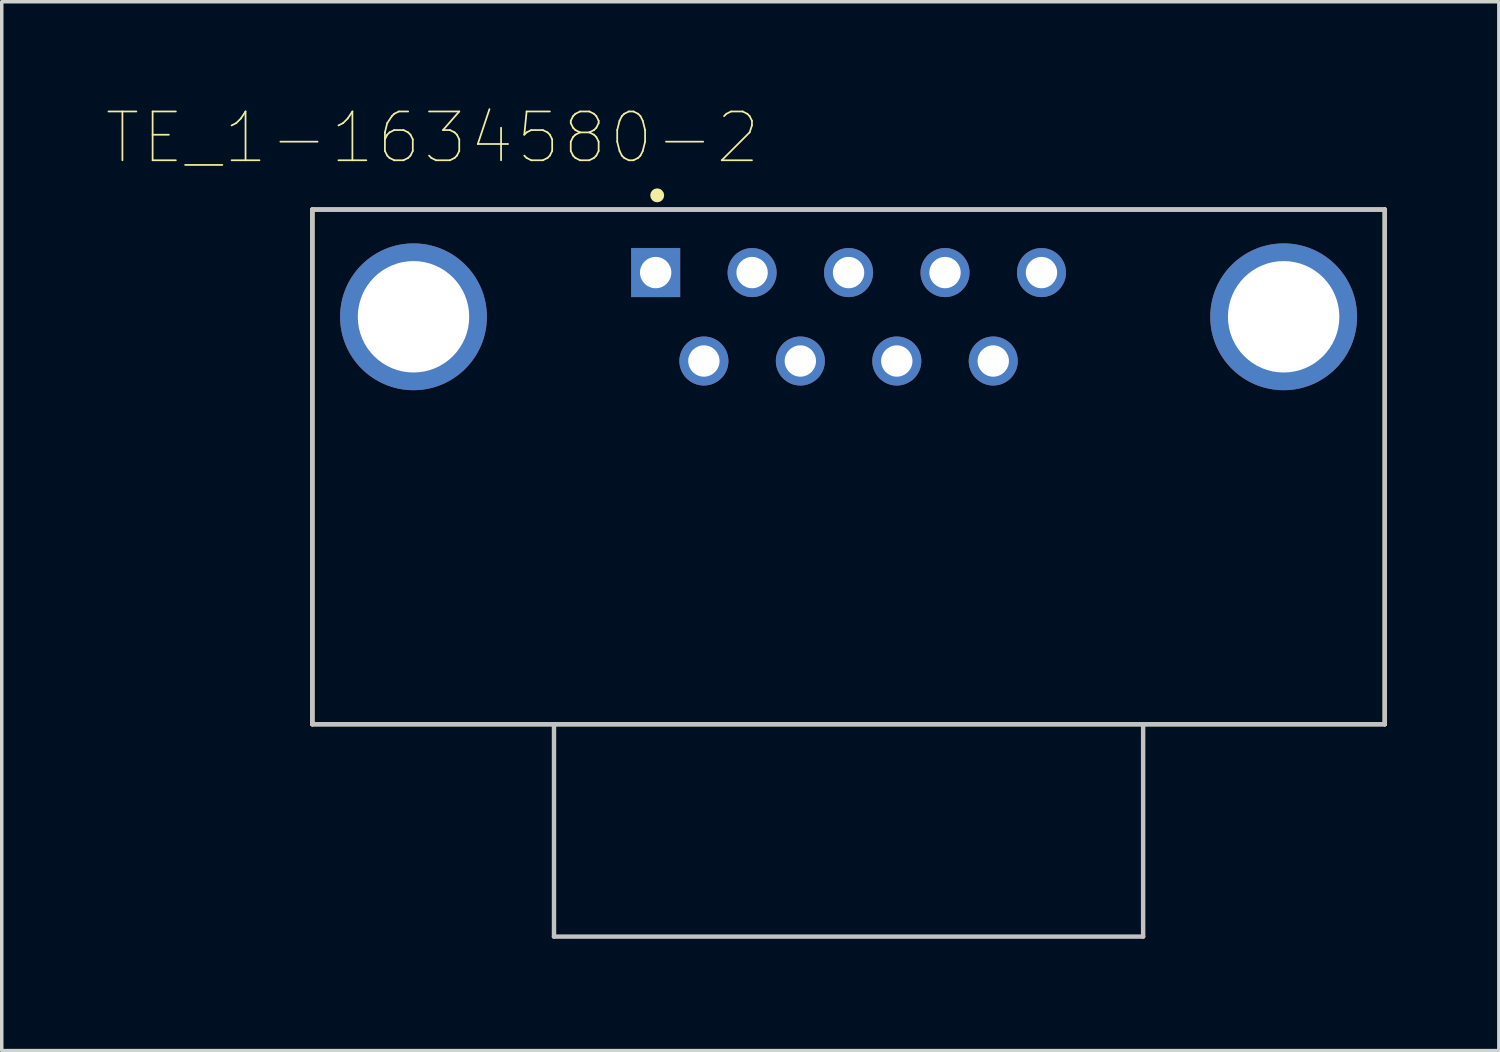
<source format=kicad_pcb>
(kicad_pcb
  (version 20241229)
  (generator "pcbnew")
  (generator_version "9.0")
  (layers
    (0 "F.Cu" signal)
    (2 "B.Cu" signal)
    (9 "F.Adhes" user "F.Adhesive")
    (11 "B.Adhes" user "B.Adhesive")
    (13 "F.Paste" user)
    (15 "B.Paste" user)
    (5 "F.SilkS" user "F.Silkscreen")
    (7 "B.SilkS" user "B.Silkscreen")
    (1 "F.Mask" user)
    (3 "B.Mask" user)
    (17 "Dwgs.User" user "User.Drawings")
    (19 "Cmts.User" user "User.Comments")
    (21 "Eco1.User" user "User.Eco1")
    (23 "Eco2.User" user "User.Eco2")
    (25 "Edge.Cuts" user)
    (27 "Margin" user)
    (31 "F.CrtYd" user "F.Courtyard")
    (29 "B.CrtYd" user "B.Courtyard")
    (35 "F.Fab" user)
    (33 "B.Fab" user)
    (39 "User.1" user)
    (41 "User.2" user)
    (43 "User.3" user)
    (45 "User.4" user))
  (footprint "TE_1-1634580-2"
    (layer "F.Cu")
    (at 21.32 6.048)
    (property "Reference" "TE_1-1634580-2" (at -11.948 -5.141 0) (layer "F.SilkS") (effects (font (size 1.401 1.401) (thickness 0.05))))
    (attr through_hole)
    (fp_line (start -15.4 -3.08) (end 15.4 -3.08) (stroke (width 0.127) (type solid)) (layer "F.SilkS"))
    (fp_line (start -15.4 11.7) (end -15.4 -3.08) (stroke (width 0.127) (type solid)) (layer "F.SilkS"))
    (fp_line (start -8.46 11.7) (end -15.4 11.7) (stroke (width 0.127) (type solid)) (layer "F.SilkS"))
    (fp_line (start 8.46 11.7) (end -8.46 11.7) (stroke (width 0.127) (type solid)) (layer "F.SilkS"))
    (fp_line (start 15.4 -3.08) (end 15.4 11.7) (stroke (width 0.127) (type solid)) (layer "F.SilkS"))
    (fp_line (start 15.4 11.7) (end 8.46 11.7) (stroke (width 0.127) (type solid)) (layer "F.SilkS"))
    (fp_circle (center -5.496 -3.488) (end -5.396 -3.488) (stroke (width 0.2) (type solid)) (fill no) (layer "F.SilkS"))
    (fp_line (start -15.4 -3.08) (end 15.4 -3.08) (stroke (width 0.127) (type solid)) (layer "Dwgs.User"))
    (fp_line (start -15.4 11.7) (end -15.4 -3.08) (stroke (width 0.127) (type solid)) (layer "Dwgs.User"))
    (fp_line (start -8.46 11.7) (end -15.4 11.7) (stroke (width 0.127) (type solid)) (layer "Dwgs.User"))
    (fp_line (start -8.46 11.7) (end -8.46 17.8) (stroke (width 0.127) (type solid)) (layer "Dwgs.User"))
    (fp_line (start -8.46 17.8) (end 8.46 17.8) (stroke (width 0.127) (type solid)) (layer "Dwgs.User"))
    (fp_line (start 8.46 11.7) (end -8.46 11.7) (stroke (width 0.127) (type solid)) (layer "Dwgs.User"))
    (fp_line (start 8.46 17.8) (end 8.46 11.7) (stroke (width 0.127) (type solid)) (layer "Dwgs.User"))
    (fp_line (start 15.4 -3.08) (end 15.4 11.7) (stroke (width 0.127) (type solid)) (layer "Dwgs.User"))
    (fp_line (start 15.4 11.7) (end 8.46 11.7) (stroke (width 0.127) (type solid)) (layer "Dwgs.User"))
    (fp_line (start -15.65 -3.33) (end -15.65 11.95) (stroke (width 0.05) (type solid)) (layer "Eco1.User"))
    (fp_line (start -15.65 11.95) (end -8.71 11.95) (stroke (width 0.05) (type solid)) (layer "Eco1.User"))
    (fp_line (start -8.71 11.95) (end -8.71 18.05) (stroke (width 0.05) (type solid)) (layer "Eco1.User"))
    (fp_line (start -8.71 18.05) (end 8.71 18.05) (stroke (width 0.05) (type solid)) (layer "Eco1.User"))
    (fp_line (start 8.71 11.95) (end 15.65 11.95) (stroke (width 0.05) (type solid)) (layer "Eco1.User"))
    (fp_line (start 8.71 18.05) (end 8.71 11.95) (stroke (width 0.05) (type solid)) (layer "Eco1.User"))
    (fp_line (start 15.65 -3.33) (end -15.65 -3.33) (stroke (width 0.05) (type solid)) (layer "Eco1.User"))
    (fp_line (start 15.65 11.95) (end 15.65 -3.33) (stroke (width 0.05) (type solid)) (layer "Eco1.User"))
    (pad "1" thru_hole rect (at -5.54 -1.27) (size 1.408 1.408) (drill 0.9) (layers "*.Cu" "*.Mask"))
    (pad "2" thru_hole circle (at -2.77 -1.27) (size 1.408 1.408) (drill 0.9) (layers "*.Cu" "*.Mask"))
    (pad "3" thru_hole circle (at 0 -1.27) (size 1.408 1.408) (drill 0.9) (layers "*.Cu" "*.Mask"))
    (pad "4" thru_hole circle (at 2.77 -1.27) (size 1.408 1.408) (drill 0.9) (layers "*.Cu" "*.Mask"))
    (pad "5" thru_hole circle (at 5.54 -1.27) (size 1.408 1.408) (drill 0.9) (layers "*.Cu" "*.Mask"))
    (pad "6" thru_hole circle (at -4.155 1.27) (size 1.408 1.408) (drill 0.9) (layers "*.Cu" "*.Mask"))
    (pad "7" thru_hole circle (at -1.385 1.27) (size 1.408 1.408) (drill 0.9) (layers "*.Cu" "*.Mask"))
    (pad "8" thru_hole circle (at 1.385 1.27) (size 1.408 1.408) (drill 0.9) (layers "*.Cu" "*.Mask"))
    (pad "9" thru_hole circle (at 4.155 1.27) (size 1.408 1.408) (drill 0.9) (layers "*.Cu" "*.Mask"))
    (pad "S1" thru_hole circle (at -12.495 0) (size 4.216 4.216) (drill 3.2) (layers "*.Cu" "*.Mask"))
    (pad "S2" thru_hole circle (at 12.495 0) (size 4.216 4.216) (drill 3.2) (layers "*.Cu" "*.Mask")))
  (gr_rect
    (start -3 -3)
    (end 39.995 27.123)
    (stroke (width 0.1) (type default))
    (fill no)
    (layer "Edge.Cuts")))
</source>
